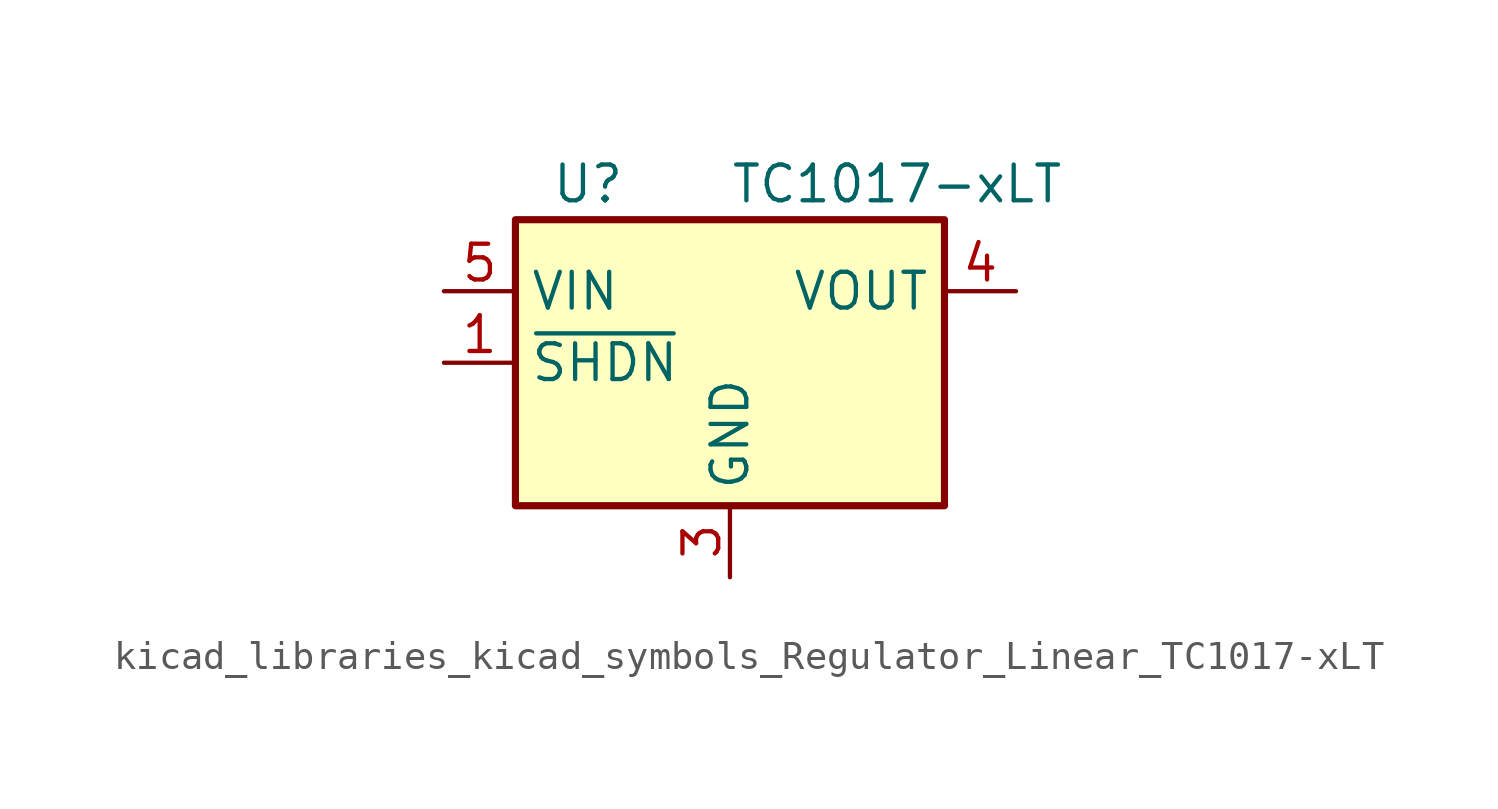
<source format=kicad_sym>
(kicad_symbol_lib
  (version 20220914)
  (generator kicad_symbol_editor)
  (symbol "kicad_libraries_kicad_symbols_Regulator_Linear_TC1017-xLT"
    (property "Reference" "U"
      (at -6.35 6.35 0)
      (effects (font (size 1.27 1.27)) (justify left)))
    (property "Value" "TC1017-xLT"
      (at 0 6.35 0)
      (effects (font (size 1.27 1.27)) (justify left)))
    (symbol "kicad_libraries_kicad_symbols_Regulator_Linear_TC1017-xLT_0_1"
      (rectangle (start -7.62 5.08) (end 7.62 -5.08) (stroke (width 0.254) (type default)) (fill (type background))))
    (symbol "kicad_libraries_kicad_symbols_Regulator_Linear_TC1017-xLT_1_1"
      (pin input line (at -10.16 0 0) (length 2.54) (name "~{SHDN}" (effects (font (size 1.27 1.27)))) (number "1" (effects (font (size 1.27 1.27)))))
      (pin no_connect line (at 7.62 0 180) (length 2.54) hide (name "NC" (effects (font (size 1.27 1.27)))) (number "2" (effects (font (size 1.27 1.27)))))
      (pin power_in line (at 0 -7.62 90) (length 2.54) (name "GND" (effects (font (size 1.27 1.27)))) (number "3" (effects (font (size 1.27 1.27)))))
      (pin power_out line (at 10.16 2.54 180) (length 2.54) (name "VOUT" (effects (font (size 1.27 1.27)))) (number "4" (effects (font (size 1.27 1.27)))))
      (pin power_in line (at -10.16 2.54 0) (length 2.54) (name "VIN" (effects (font (size 1.27 1.27)))) (number "5" (effects (font (size 1.27 1.27))))))))
</source>
